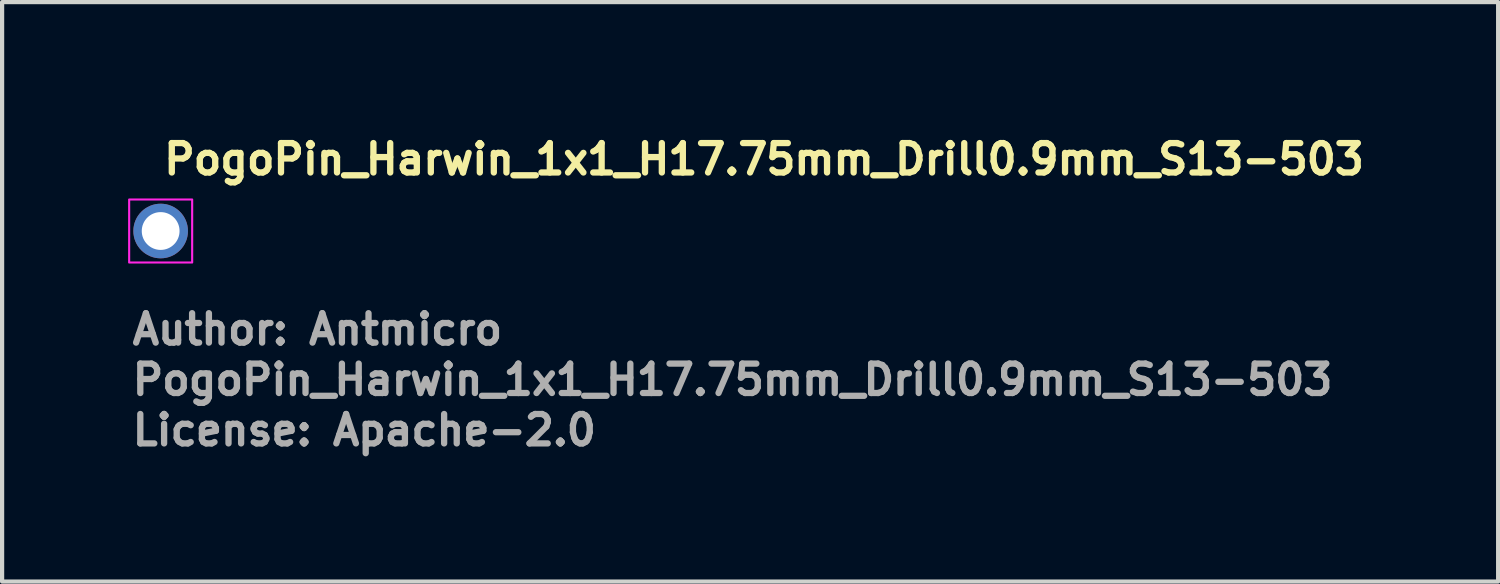
<source format=kicad_pcb>
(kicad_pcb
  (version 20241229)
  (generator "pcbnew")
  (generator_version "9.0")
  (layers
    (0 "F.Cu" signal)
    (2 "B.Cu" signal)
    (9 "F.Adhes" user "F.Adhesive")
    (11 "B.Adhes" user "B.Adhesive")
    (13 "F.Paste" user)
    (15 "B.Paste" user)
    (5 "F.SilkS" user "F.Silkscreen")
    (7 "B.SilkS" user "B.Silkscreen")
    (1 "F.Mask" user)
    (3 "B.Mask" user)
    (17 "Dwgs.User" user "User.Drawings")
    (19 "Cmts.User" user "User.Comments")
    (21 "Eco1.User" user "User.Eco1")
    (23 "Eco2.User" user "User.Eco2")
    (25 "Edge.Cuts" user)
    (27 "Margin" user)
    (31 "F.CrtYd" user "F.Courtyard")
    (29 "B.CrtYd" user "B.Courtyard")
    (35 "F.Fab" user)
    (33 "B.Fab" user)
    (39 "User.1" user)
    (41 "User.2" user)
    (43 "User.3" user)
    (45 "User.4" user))
  (footprint "PogoPin_Harwin_1x1_H17.75mm_Drill0.9mm_S13-503"
    (layer "F.Cu")
    (at 0.775 2.45)
    (property "Reference" "PogoPin_Harwin_1x1_H17.75mm_Drill0.9mm_S13-503" (at 0 -1.3 0) (layer "F.SilkS") (effects (font (size 0.7 0.7) (thickness 0.15)) (justify left bottom)))
    (attr through_hole)
    (fp_rect (start -0.75 -0.75) (end 0.75 0.75) (stroke (width 0.05) (type solid)) (fill no) (layer "F.CrtYd"))
    (fp_rect (start -0.486 -0.484) (end 0.482 0.486) (stroke (width 0.1) (type solid)) (fill no) (layer "User.5"))
    (fp_line (start -0.486 -0.03) (end -0.478 -0.09) (stroke (width 0.02) (type solid)) (layer "User.9"))
    (fp_line (start -0.486 0.031) (end -0.486 -0.03) (stroke (width 0.02) (type solid)) (layer "User.9"))
    (fp_line (start -0.478 -0.09) (end -0.463 -0.149) (stroke (width 0.02) (type solid)) (layer "User.9"))
    (fp_line (start -0.478 0.092) (end -0.486 0.031) (stroke (width 0.02) (type solid)) (layer "User.9"))
    (fp_line (start -0.463 -0.149) (end -0.441 -0.206) (stroke (width 0.02) (type solid)) (layer "User.9"))
    (fp_line (start -0.463 0.151) (end -0.478 0.092) (stroke (width 0.02) (type solid)) (layer "User.9"))
    (fp_line (start -0.441 -0.206) (end -0.412 -0.259) (stroke (width 0.02) (type solid)) (layer "User.9"))
    (fp_line (start -0.441 0.207) (end -0.463 0.151) (stroke (width 0.02) (type solid)) (layer "User.9"))
    (fp_line (start -0.432 0) (end -0.432 -0.001) (stroke (width 0.02) (type solid)) (layer "User.9"))
    (fp_line (start -0.432 0) (end -0.432 0) (stroke (width 0.02) (type solid)) (layer "User.9"))
    (fp_line (start -0.432 0.001) (end -0.432 0) (stroke (width 0.02) (type solid)) (layer "User.9"))
    (fp_line (start -0.432 0.001) (end -0.43 0.047) (stroke (width 0.02) (type solid)) (layer "User.9"))
    (fp_line (start -0.432 0.001) (end -0.428 0.057) (stroke (width 0.02) (type solid)) (layer "User.9"))
    (fp_line (start -0.431 -0.033) (end -0.432 -0.001) (stroke (width 0.02) (type solid)) (layer "User.9"))
    (fp_line (start -0.431 -0.033) (end -0.43 -0.045) (stroke (width 0.02) (type solid)) (layer "User.9"))
    (fp_line (start -0.43 0.047) (end -0.425 0.08) (stroke (width 0.02) (type solid)) (layer "User.9"))
    (fp_line (start -0.428 -0.055) (end -0.432 0.001) (stroke (width 0.02) (type solid)) (layer "User.9"))
    (fp_line (start -0.428 0.057) (end -0.417 0.112) (stroke (width 0.02) (type solid)) (layer "User.9"))
    (fp_line (start -0.425 -0.079) (end -0.43 -0.045) (stroke (width 0.02) (type solid)) (layer "User.9"))
    (fp_line (start -0.422 0.091) (end -0.416 0.117) (stroke (width 0.02) (type solid)) (layer "User.9"))
    (fp_line (start -0.42 0.104) (end -0.422 0.091) (stroke (width 0.02) (type solid)) (layer "User.9"))
    (fp_line (start -0.418 -0.108) (end -0.425 -0.079) (stroke (width 0.02) (type solid)) (layer "User.9"))
    (fp_line (start -0.418 -0.108) (end -0.416 -0.115) (stroke (width 0.02) (type solid)) (layer "User.9"))
    (fp_line (start -0.417 -0.111) (end -0.428 -0.055) (stroke (width 0.02) (type solid)) (layer "User.9"))
    (fp_line (start -0.417 0.112) (end -0.399 0.165) (stroke (width 0.02) (type solid)) (layer "User.9"))
    (fp_line (start -0.416 0.117) (end -0.415 0.122) (stroke (width 0.02) (type solid)) (layer "User.9"))
    (fp_line (start -0.415 -0.12) (end -0.416 -0.115) (stroke (width 0.02) (type solid)) (layer "User.9"))
    (fp_line (start -0.415 -0.12) (end -0.407 -0.144) (stroke (width 0.02) (type solid)) (layer "User.9"))
    (fp_line (start -0.415 0.122) (end -0.407 0.145) (stroke (width 0.02) (type solid)) (layer "User.9"))
    (fp_line (start -0.412 -0.259) (end -0.376 -0.308) (stroke (width 0.02) (type solid)) (layer "User.9"))
    (fp_line (start -0.412 0.261) (end -0.441 0.207) (stroke (width 0.02) (type solid)) (layer "User.9"))
    (fp_line (start -0.407 -0.144) (end -0.405 -0.15) (stroke (width 0.02) (type solid)) (layer "User.9"))
    (fp_line (start -0.407 0.145) (end -0.405 0.151) (stroke (width 0.02) (type solid)) (layer "User.9"))
    (fp_line (start -0.405 -0.15) (end -0.404 -0.151) (stroke (width 0.02) (type solid)) (layer "User.9"))
    (fp_line (start -0.405 0.151) (end -0.404 0.153) (stroke (width 0.02) (type solid)) (layer "User.9"))
    (fp_line (start -0.404 -0.151) (end -0.411 -0.132) (stroke (width 0.02) (type solid)) (layer "User.9"))
    (fp_line (start -0.404 -0.151) (end -0.404 -0.151) (stroke (width 0.02) (type solid)) (layer "User.9"))
    (fp_line (start -0.404 0.153) (end -0.411 0.134) (stroke (width 0.02) (type solid)) (layer "User.9"))
    (fp_line (start -0.404 0.153) (end -0.404 0.153) (stroke (width 0.02) (type solid)) (layer "User.9"))
    (fp_line (start -0.399 -0.164) (end -0.417 -0.111) (stroke (width 0.02) (type solid)) (layer "User.9"))
    (fp_line (start -0.399 0.165) (end -0.374 0.216) (stroke (width 0.02) (type solid)) (layer "User.9"))
    (fp_line (start -0.387 0.001) (end -0.383 0.055) (stroke (width 0.02) (type solid)) (layer "User.9"))
    (fp_line (start -0.383 -0.054) (end -0.387 0.001) (stroke (width 0.02) (type solid)) (layer "User.9"))
    (fp_line (start -0.383 0.055) (end -0.371 0.109) (stroke (width 0.02) (type solid)) (layer "User.9"))
    (fp_line (start -0.376 -0.308) (end -0.334 -0.353) (stroke (width 0.02) (type solid)) (layer "User.9"))
    (fp_line (start -0.376 0.31) (end -0.412 0.261) (stroke (width 0.02) (type solid)) (layer "User.9"))
    (fp_line (start -0.374 -0.214) (end -0.399 -0.164) (stroke (width 0.02) (type solid)) (layer "User.9"))
    (fp_line (start -0.374 0.216) (end -0.343 0.262) (stroke (width 0.02) (type solid)) (layer "User.9"))
    (fp_line (start -0.371 -0.108) (end -0.383 -0.054) (stroke (width 0.02) (type solid)) (layer "User.9"))
    (fp_line (start -0.371 0.109) (end -0.352 0.161) (stroke (width 0.02) (type solid)) (layer "User.9"))
    (fp_line (start -0.352 -0.159) (end -0.371 -0.108) (stroke (width 0.02) (type solid)) (layer "User.9"))
    (fp_line (start -0.352 0.161) (end -0.326 0.209) (stroke (width 0.02) (type solid)) (layer "User.9"))
    (fp_line (start -0.343 -0.261) (end -0.374 -0.214) (stroke (width 0.02) (type solid)) (layer "User.9"))
    (fp_line (start -0.343 0.262) (end -0.306 0.305) (stroke (width 0.02) (type solid)) (layer "User.9"))
    (fp_line (start -0.334 -0.353) (end -0.287 -0.392) (stroke (width 0.02) (type solid)) (layer "User.9"))
    (fp_line (start -0.334 0.354) (end -0.376 0.31) (stroke (width 0.02) (type solid)) (layer "User.9"))
    (fp_line (start -0.326 -0.207) (end -0.352 -0.159) (stroke (width 0.02) (type solid)) (layer "User.9"))
    (fp_line (start -0.326 -0.024) (end -0.326 0.025) (stroke (width 0.02) (type solid)) (layer "User.9"))
    (fp_line (start -0.326 0.025) (end -0.319 0.073) (stroke (width 0.02) (type solid)) (layer "User.9"))
    (fp_line (start -0.326 0.209) (end -0.293 0.253) (stroke (width 0.02) (type solid)) (layer "User.9"))
    (fp_line (start -0.319 -0.072) (end -0.326 -0.024) (stroke (width 0.02) (type solid)) (layer "User.9"))
    (fp_line (start -0.319 0.073) (end -0.305 0.119) (stroke (width 0.02) (type solid)) (layer "User.9"))
    (fp_line (start -0.306 -0.303) (end -0.343 -0.261) (stroke (width 0.02) (type solid)) (layer "User.9"))
    (fp_line (start -0.306 0.305) (end -0.264 0.342) (stroke (width 0.02) (type solid)) (layer "User.9"))
    (fp_line (start -0.305 -0.118) (end -0.319 -0.072) (stroke (width 0.02) (type solid)) (layer "User.9"))
    (fp_line (start -0.305 0.119) (end -0.284 0.163) (stroke (width 0.02) (type solid)) (layer "User.9"))
    (fp_line (start -0.293 -0.251) (end -0.326 -0.207) (stroke (width 0.02) (type solid)) (layer "User.9"))
    (fp_line (start -0.293 0.253) (end -0.254 0.292) (stroke (width 0.02) (type solid)) (layer "User.9"))
    (fp_line (start -0.287 -0.392) (end -0.236 -0.424) (stroke (width 0.02) (type solid)) (layer "User.9"))
    (fp_line (start -0.287 0.393) (end -0.334 0.354) (stroke (width 0.02) (type solid)) (layer "User.9"))
    (fp_line (start -0.284 -0.162) (end -0.305 -0.118) (stroke (width 0.02) (type solid)) (layer "User.9"))
    (fp_line (start -0.284 0.163) (end -0.256 0.203) (stroke (width 0.02) (type solid)) (layer "User.9"))
    (fp_line (start -0.264 -0.34) (end -0.306 -0.303) (stroke (width 0.02) (type solid)) (layer "User.9"))
    (fp_line (start -0.264 0.342) (end -0.217 0.373) (stroke (width 0.02) (type solid)) (layer "User.9"))
    (fp_line (start -0.256 -0.202) (end -0.284 -0.162) (stroke (width 0.02) (type solid)) (layer "User.9"))
    (fp_line (start -0.256 0.203) (end -0.223 0.239) (stroke (width 0.02) (type solid)) (layer "User.9"))
    (fp_line (start -0.254 -0.29) (end -0.293 -0.251) (stroke (width 0.02) (type solid)) (layer "User.9"))
    (fp_line (start -0.254 0.292) (end -0.21 0.325) (stroke (width 0.02) (type solid)) (layer "User.9"))
    (fp_line (start -0.236 -0.424) (end -0.181 -0.45) (stroke (width 0.02) (type solid)) (layer "User.9"))
    (fp_line (start -0.236 0.426) (end -0.287 0.393) (stroke (width 0.02) (type solid)) (layer "User.9"))
    (fp_line (start -0.223 -0.238) (end -0.256 -0.202) (stroke (width 0.02) (type solid)) (layer "User.9"))
    (fp_line (start -0.223 0.239) (end -0.185 0.269) (stroke (width 0.02) (type solid)) (layer "User.9"))
    (fp_line (start -0.217 -0.372) (end -0.264 -0.34) (stroke (width 0.02) (type solid)) (layer "User.9"))
    (fp_line (start -0.217 0.373) (end -0.167 0.398) (stroke (width 0.02) (type solid)) (layer "User.9"))
    (fp_line (start -0.21 -0.323) (end -0.254 -0.29) (stroke (width 0.02) (type solid)) (layer "User.9"))
    (fp_line (start -0.21 0.325) (end -0.162 0.351) (stroke (width 0.02) (type solid)) (layer "User.9"))
    (fp_line (start -0.185 -0.268) (end -0.223 -0.238) (stroke (width 0.02) (type solid)) (layer "User.9"))
    (fp_line (start -0.185 0.269) (end -0.143 0.293) (stroke (width 0.02) (type solid)) (layer "User.9"))
    (fp_line (start -0.181 -0.45) (end -0.123 -0.469) (stroke (width 0.02) (type solid)) (layer "User.9"))
    (fp_line (start -0.181 0.452) (end -0.236 0.426) (stroke (width 0.02) (type solid)) (layer "User.9"))
    (fp_line (start -0.167 -0.397) (end -0.217 -0.372) (stroke (width 0.02) (type solid)) (layer "User.9"))
    (fp_line (start -0.167 0.398) (end -0.113 0.416) (stroke (width 0.02) (type solid)) (layer "User.9"))
    (fp_line (start -0.162 -0.35) (end -0.21 -0.323) (stroke (width 0.02) (type solid)) (layer "User.9"))
    (fp_line (start -0.162 0.351) (end -0.111 0.37) (stroke (width 0.02) (type solid)) (layer "User.9"))
    (fp_line (start -0.143 -0.292) (end -0.185 -0.268) (stroke (width 0.02) (type solid)) (layer "User.9"))
    (fp_line (start -0.143 0.293) (end -0.098 0.311) (stroke (width 0.02) (type solid)) (layer "User.9"))
    (fp_line (start -0.123 -0.469) (end -0.063 -0.481) (stroke (width 0.02) (type solid)) (layer "User.9"))
    (fp_line (start -0.123 0.47) (end -0.181 0.452) (stroke (width 0.02) (type solid)) (layer "User.9"))
    (fp_line (start -0.113 -0.415) (end -0.167 -0.397) (stroke (width 0.02) (type solid)) (layer "User.9"))
    (fp_line (start -0.113 0.416) (end -0.058 0.427) (stroke (width 0.02) (type solid)) (layer "User.9"))
    (fp_line (start -0.111 -0.369) (end -0.162 -0.35) (stroke (width 0.02) (type solid)) (layer "User.9"))
    (fp_line (start -0.111 0.37) (end -0.057 0.382) (stroke (width 0.02) (type solid)) (layer "User.9"))
    (fp_line (start -0.098 -0.31) (end -0.143 -0.292) (stroke (width 0.02) (type solid)) (layer "User.9"))
    (fp_line (start -0.098 0.311) (end -0.05 0.322) (stroke (width 0.02) (type solid)) (layer "User.9"))
    (fp_line (start -0.063 -0.481) (end -0.002 -0.484) (stroke (width 0.02) (type solid)) (layer "User.9"))
    (fp_line (start -0.063 0.482) (end -0.123 0.47) (stroke (width 0.02) (type solid)) (layer "User.9"))
    (fp_line (start -0.058 -0.426) (end -0.113 -0.415) (stroke (width 0.02) (type solid)) (layer "User.9"))
    (fp_line (start -0.058 0.427) (end -0.002 0.431) (stroke (width 0.02) (type solid)) (layer "User.9"))
    (fp_line (start -0.057 -0.38) (end -0.111 -0.369) (stroke (width 0.02) (type solid)) (layer "User.9"))
    (fp_line (start -0.057 0.382) (end -0.002 0.386) (stroke (width 0.02) (type solid)) (layer "User.9"))
    (fp_line (start -0.05 -0.321) (end -0.098 -0.31) (stroke (width 0.02) (type solid)) (layer "User.9"))
    (fp_line (start -0.05 0.322) (end -0.002 0.326) (stroke (width 0.02) (type solid)) (layer "User.9"))
    (fp_line (start -0.002 -0.484) (end 0.059 -0.481) (stroke (width 0.02) (type solid)) (layer "User.9"))
    (fp_line (start -0.002 -0.429) (end -0.058 -0.426) (stroke (width 0.02) (type solid)) (layer "User.9"))
    (fp_line (start -0.002 -0.429) (end 0.054 -0.426) (stroke (width 0.02) (type solid)) (layer "User.9"))
    (fp_line (start -0.002 -0.384) (end -0.057 -0.38) (stroke (width 0.02) (type solid)) (layer "User.9"))
    (fp_line (start -0.002 -0.384) (end 0.053 -0.38) (stroke (width 0.02) (type solid)) (layer "User.9"))
    (fp_line (start -0.002 -0.324) (end -0.05 -0.321) (stroke (width 0.02) (type solid)) (layer "User.9"))
    (fp_line (start -0.002 -0.324) (end 0.046 -0.321) (stroke (width 0.02) (type solid)) (layer "User.9"))
    (fp_line (start -0.002 0.486) (end -0.063 0.482) (stroke (width 0.02) (type solid)) (layer "User.9"))
    (fp_line (start 0.046 -0.321) (end 0.094 -0.31) (stroke (width 0.02) (type solid)) (layer "User.9"))
    (fp_line (start 0.046 0.322) (end -0.002 0.326) (stroke (width 0.02) (type solid)) (layer "User.9"))
    (fp_line (start 0.053 -0.38) (end 0.106 -0.369) (stroke (width 0.02) (type solid)) (layer "User.9"))
    (fp_line (start 0.053 0.382) (end -0.002 0.386) (stroke (width 0.02) (type solid)) (layer "User.9"))
    (fp_line (start 0.054 -0.426) (end 0.109 -0.415) (stroke (width 0.02) (type solid)) (layer "User.9"))
    (fp_line (start 0.054 0.427) (end -0.002 0.431) (stroke (width 0.02) (type solid)) (layer "User.9"))
    (fp_line (start 0.059 -0.481) (end 0.119 -0.469) (stroke (width 0.02) (type solid)) (layer "User.9"))
    (fp_line (start 0.059 0.482) (end -0.002 0.486) (stroke (width 0.02) (type solid)) (layer "User.9"))
    (fp_line (start 0.094 -0.31) (end 0.139 -0.292) (stroke (width 0.02) (type solid)) (layer "User.9"))
    (fp_line (start 0.094 0.311) (end 0.046 0.322) (stroke (width 0.02) (type solid)) (layer "User.9"))
    (fp_line (start 0.106 -0.369) (end 0.158 -0.35) (stroke (width 0.02) (type solid)) (layer "User.9"))
    (fp_line (start 0.106 0.37) (end 0.053 0.382) (stroke (width 0.02) (type solid)) (layer "User.9"))
    (fp_line (start 0.109 -0.415) (end 0.163 -0.397) (stroke (width 0.02) (type solid)) (layer "User.9"))
    (fp_line (start 0.109 0.416) (end 0.054 0.427) (stroke (width 0.02) (type solid)) (layer "User.9"))
    (fp_line (start 0.119 -0.469) (end 0.176 -0.45) (stroke (width 0.02) (type solid)) (layer "User.9"))
    (fp_line (start 0.119 0.47) (end 0.059 0.482) (stroke (width 0.02) (type solid)) (layer "User.9"))
    (fp_line (start 0.139 -0.292) (end 0.181 -0.268) (stroke (width 0.02) (type solid)) (layer "User.9"))
    (fp_line (start 0.139 0.293) (end 0.094 0.311) (stroke (width 0.02) (type solid)) (layer "User.9"))
    (fp_line (start 0.158 -0.35) (end 0.206 -0.323) (stroke (width 0.02) (type solid)) (layer "User.9"))
    (fp_line (start 0.158 0.351) (end 0.106 0.37) (stroke (width 0.02) (type solid)) (layer "User.9"))
    (fp_line (start 0.163 -0.397) (end 0.213 -0.372) (stroke (width 0.02) (type solid)) (layer "User.9"))
    (fp_line (start 0.163 0.398) (end 0.109 0.416) (stroke (width 0.02) (type solid)) (layer "User.9"))
    (fp_line (start 0.176 -0.45) (end 0.232 -0.424) (stroke (width 0.02) (type solid)) (layer "User.9"))
    (fp_line (start 0.176 0.452) (end 0.119 0.47) (stroke (width 0.02) (type solid)) (layer "User.9"))
    (fp_line (start 0.181 -0.268) (end 0.219 -0.238) (stroke (width 0.02) (type solid)) (layer "User.9"))
    (fp_line (start 0.181 0.269) (end 0.139 0.293) (stroke (width 0.02) (type solid)) (layer "User.9"))
    (fp_line (start 0.206 -0.323) (end 0.25 -0.29) (stroke (width 0.02) (type solid)) (layer "User.9"))
    (fp_line (start 0.206 0.325) (end 0.158 0.351) (stroke (width 0.02) (type solid)) (layer "User.9"))
    (fp_line (start 0.213 -0.372) (end 0.26 -0.34) (stroke (width 0.02) (type solid)) (layer "User.9"))
    (fp_line (start 0.213 0.373) (end 0.163 0.398) (stroke (width 0.02) (type solid)) (layer "User.9"))
    (fp_line (start 0.219 -0.238) (end 0.252 -0.202) (stroke (width 0.02) (type solid)) (layer "User.9"))
    (fp_line (start 0.219 0.239) (end 0.181 0.269) (stroke (width 0.02) (type solid)) (layer "User.9"))
    (fp_line (start 0.232 -0.424) (end 0.283 -0.392) (stroke (width 0.02) (type solid)) (layer "User.9"))
    (fp_line (start 0.232 0.426) (end 0.176 0.452) (stroke (width 0.02) (type solid)) (layer "User.9"))
    (fp_line (start 0.25 -0.29) (end 0.289 -0.251) (stroke (width 0.02) (type solid)) (layer "User.9"))
    (fp_line (start 0.25 0.292) (end 0.206 0.325) (stroke (width 0.02) (type solid)) (layer "User.9"))
    (fp_line (start 0.252 -0.202) (end 0.279 -0.162) (stroke (width 0.02) (type solid)) (layer "User.9"))
    (fp_line (start 0.252 0.203) (end 0.219 0.239) (stroke (width 0.02) (type solid)) (layer "User.9"))
    (fp_line (start 0.26 -0.34) (end 0.302 -0.303) (stroke (width 0.02) (type solid)) (layer "User.9"))
    (fp_line (start 0.26 0.342) (end 0.213 0.373) (stroke (width 0.02) (type solid)) (layer "User.9"))
    (fp_line (start 0.279 -0.162) (end 0.3 -0.118) (stroke (width 0.02) (type solid)) (layer "User.9"))
    (fp_line (start 0.279 0.163) (end 0.252 0.203) (stroke (width 0.02) (type solid)) (layer "User.9"))
    (fp_line (start 0.283 -0.392) (end 0.33 -0.353) (stroke (width 0.02) (type solid)) (layer "User.9"))
    (fp_line (start 0.283 0.393) (end 0.232 0.426) (stroke (width 0.02) (type solid)) (layer "User.9"))
    (fp_line (start 0.289 -0.251) (end 0.322 -0.207) (stroke (width 0.02) (type solid)) (layer "User.9"))
    (fp_line (start 0.289 0.253) (end 0.25 0.292) (stroke (width 0.02) (type solid)) (layer "User.9"))
    (fp_line (start 0.3 -0.118) (end 0.315 -0.072) (stroke (width 0.02) (type solid)) (layer "User.9"))
    (fp_line (start 0.3 0.119) (end 0.279 0.163) (stroke (width 0.02) (type solid)) (layer "User.9"))
    (fp_line (start 0.302 -0.303) (end 0.339 -0.261) (stroke (width 0.02) (type solid)) (layer "User.9"))
    (fp_line (start 0.302 0.305) (end 0.26 0.342) (stroke (width 0.02) (type solid)) (layer "User.9"))
    (fp_line (start 0.315 -0.072) (end 0.322 -0.024) (stroke (width 0.02) (type solid)) (layer "User.9"))
    (fp_line (start 0.315 0.073) (end 0.3 0.119) (stroke (width 0.02) (type solid)) (layer "User.9"))
    (fp_line (start 0.322 -0.207) (end 0.348 -0.159) (stroke (width 0.02) (type solid)) (layer "User.9"))
    (fp_line (start 0.322 -0.024) (end 0.322 0.025) (stroke (width 0.02) (type solid)) (layer "User.9"))
    (fp_line (start 0.322 0.025) (end 0.315 0.073) (stroke (width 0.02) (type solid)) (layer "User.9"))
    (fp_line (start 0.322 0.209) (end 0.289 0.253) (stroke (width 0.02) (type solid)) (layer "User.9"))
    (fp_line (start 0.33 -0.353) (end 0.372 -0.308) (stroke (width 0.02) (type solid)) (layer "User.9"))
    (fp_line (start 0.33 0.354) (end 0.283 0.393) (stroke (width 0.02) (type solid)) (layer "User.9"))
    (fp_line (start 0.339 -0.261) (end 0.37 -0.214) (stroke (width 0.02) (type solid)) (layer "User.9"))
    (fp_line (start 0.339 0.262) (end 0.302 0.305) (stroke (width 0.02) (type solid)) (layer "User.9"))
    (fp_line (start 0.348 -0.159) (end 0.367 -0.108) (stroke (width 0.02) (type solid)) (layer "User.9"))
    (fp_line (start 0.348 0.161) (end 0.322 0.209) (stroke (width 0.02) (type solid)) (layer "User.9"))
    (fp_line (start 0.367 -0.108) (end 0.379 -0.054) (stroke (width 0.02) (type solid)) (layer "User.9"))
    (fp_line (start 0.367 0.109) (end 0.348 0.161) (stroke (width 0.02) (type solid)) (layer "User.9"))
    (fp_line (start 0.37 -0.214) (end 0.395 -0.164) (stroke (width 0.02) (type solid)) (layer "User.9"))
    (fp_line (start 0.37 0.216) (end 0.339 0.262) (stroke (width 0.02) (type solid)) (layer "User.9"))
    (fp_line (start 0.372 -0.308) (end 0.407 -0.259) (stroke (width 0.02) (type solid)) (layer "User.9"))
    (fp_line (start 0.372 0.31) (end 0.33 0.354) (stroke (width 0.02) (type solid)) (layer "User.9"))
    (fp_line (start 0.379 -0.054) (end 0.383 0.001) (stroke (width 0.02) (type solid)) (layer "User.9"))
    (fp_line (start 0.379 0.055) (end 0.367 0.109) (stroke (width 0.02) (type solid)) (layer "User.9"))
    (fp_line (start 0.383 0.001) (end 0.379 0.055) (stroke (width 0.02) (type solid)) (layer "User.9"))
    (fp_line (start 0.395 -0.164) (end 0.413 -0.111) (stroke (width 0.02) (type solid)) (layer "User.9"))
    (fp_line (start 0.395 0.165) (end 0.37 0.216) (stroke (width 0.02) (type solid)) (layer "User.9"))
    (fp_line (start 0.4 -0.151) (end 0.4 -0.151) (stroke (width 0.02) (type solid)) (layer "User.9"))
    (fp_line (start 0.4 -0.151) (end 0.401 -0.15) (stroke (width 0.02) (type solid)) (layer "User.9"))
    (fp_line (start 0.4 -0.151) (end 0.414 -0.108) (stroke (width 0.02) (type solid)) (layer "User.9"))
    (fp_line (start 0.4 0.153) (end 0.4 0.153) (stroke (width 0.02) (type solid)) (layer "User.9"))
    (fp_line (start 0.4 0.153) (end 0.401 0.151) (stroke (width 0.02) (type solid)) (layer "User.9"))
    (fp_line (start 0.401 -0.15) (end 0.401 -0.15) (stroke (width 0.02) (type solid)) (layer "User.9"))
    (fp_line (start 0.401 -0.15) (end 0.409 -0.126) (stroke (width 0.02) (type solid)) (layer "User.9"))
    (fp_line (start 0.401 0.151) (end 0.401 0.151) (stroke (width 0.02) (type solid)) (layer "User.9"))
    (fp_line (start 0.401 0.151) (end 0.409 0.127) (stroke (width 0.02) (type solid)) (layer "User.9"))
    (fp_line (start 0.402 -0.145) (end 0.4 -0.151) (stroke (width 0.02) (type solid)) (layer "User.9"))
    (fp_line (start 0.402 -0.145) (end 0.403 -0.144) (stroke (width 0.02) (type solid)) (layer "User.9"))
    (fp_line (start 0.402 0.147) (end 0.4 0.153) (stroke (width 0.02) (type solid)) (layer "User.9"))
    (fp_line (start 0.402 0.147) (end 0.403 0.145) (stroke (width 0.02) (type solid)) (layer "User.9"))
    (fp_line (start 0.407 -0.259) (end 0.437 -0.206) (stroke (width 0.02) (type solid)) (layer "User.9"))
    (fp_line (start 0.407 0.134) (end 0.4 0.153) (stroke (width 0.02) (type solid)) (layer "User.9"))
    (fp_line (start 0.407 0.134) (end 0.403 0.145) (stroke (width 0.02) (type solid)) (layer "User.9"))
    (fp_line (start 0.407 0.261) (end 0.372 0.31) (stroke (width 0.02) (type solid)) (layer "User.9"))
    (fp_line (start 0.408 -0.13) (end 0.403 -0.144) (stroke (width 0.02) (type solid)) (layer "User.9"))
    (fp_line (start 0.408 -0.13) (end 0.409 -0.126) (stroke (width 0.02) (type solid)) (layer "User.9"))
    (fp_line (start 0.413 -0.111) (end 0.424 -0.055) (stroke (width 0.02) (type solid)) (layer "User.9"))
    (fp_line (start 0.413 0.112) (end 0.395 0.165) (stroke (width 0.02) (type solid)) (layer "User.9"))
    (fp_line (start 0.418 0.094) (end 0.409 0.127) (stroke (width 0.02) (type solid)) (layer "User.9"))
    (fp_line (start 0.418 0.094) (end 0.414 0.109) (stroke (width 0.02) (type solid)) (layer "User.9"))
    (fp_line (start 0.418 0.094) (end 0.422 0.075) (stroke (width 0.02) (type solid)) (layer "User.9"))
    (fp_line (start 0.421 -0.078) (end 0.414 -0.108) (stroke (width 0.02) (type solid)) (layer "User.9"))
    (fp_line (start 0.421 -0.078) (end 0.422 -0.073) (stroke (width 0.02) (type solid)) (layer "User.9"))
    (fp_line (start 0.422 -0.073) (end 0.426 -0.039) (stroke (width 0.02) (type solid)) (layer "User.9"))
    (fp_line (start 0.424 -0.055) (end 0.428 0.001) (stroke (width 0.02) (type solid)) (layer "User.9"))
    (fp_line (start 0.424 0.057) (end 0.413 0.112) (stroke (width 0.02) (type solid)) (layer "User.9"))
    (fp_line (start 0.426 0.041) (end 0.422 0.075) (stroke (width 0.02) (type solid)) (layer "User.9"))
    (fp_line (start 0.428 0.001) (end 0.424 0.057) (stroke (width 0.02) (type solid)) (layer "User.9"))
    (fp_line (start 0.428 0.001) (end 0.426 -0.039) (stroke (width 0.02) (type solid)) (layer "User.9"))
    (fp_line (start 0.428 0.001) (end 0.428 0.003) (stroke (width 0.02) (type solid)) (layer "User.9"))
    (fp_line (start 0.428 0.003) (end 0.426 0.041) (stroke (width 0.02) (type solid)) (layer "User.9"))
    (fp_line (start 0.437 -0.206) (end 0.459 -0.149) (stroke (width 0.02) (type solid)) (layer "User.9"))
    (fp_line (start 0.437 0.207) (end 0.407 0.261) (stroke (width 0.02) (type solid)) (layer "User.9"))
    (fp_line (start 0.459 -0.149) (end 0.474 -0.09) (stroke (width 0.02) (type solid)) (layer "User.9"))
    (fp_line (start 0.459 0.151) (end 0.437 0.207) (stroke (width 0.02) (type solid)) (layer "User.9"))
    (fp_line (start 0.474 -0.09) (end 0.482 -0.03) (stroke (width 0.02) (type solid)) (layer "User.9"))
    (fp_line (start 0.474 0.092) (end 0.459 0.151) (stroke (width 0.02) (type solid)) (layer "User.9"))
    (fp_line (start 0.482 -0.03) (end 0.482 0.031) (stroke (width 0.02) (type solid)) (layer "User.9"))
    (fp_line (start 0.482 0.031) (end 0.474 0.092) (stroke (width 0.02) (type solid)) (layer "User.9"))
    (fp_text user "Author: Antmicro" (at -0.75 2.75 0) (layer "F.Fab") (effects (font (size 0.7 0.7) (thickness 0.15)) (justify left bottom)))
    (fp_text user "License: Apache-2.0" (at -0.75 5.15 0) (layer "F.Fab") (effects (font (size 0.7 0.7) (thickness 0.15)) (justify left bottom)))
    (fp_text user "${REFERENCE}" (at -0.75 3.95 0) (layer "F.Fab") (effects (font (size 0.7 0.7) (thickness 0.15)) (justify left bottom)))
    (pad "1" thru_hole circle (at 0 0) (size 1.3 1.3) (drill 0.9) (layers "*.Cu" "*.Mask")))
  (gr_rect
    (start -3 -3)
    (end 32.618 10.796)
    (stroke (width 0.1) (type default))
    (fill no)
    (layer "Edge.Cuts")))
</source>
